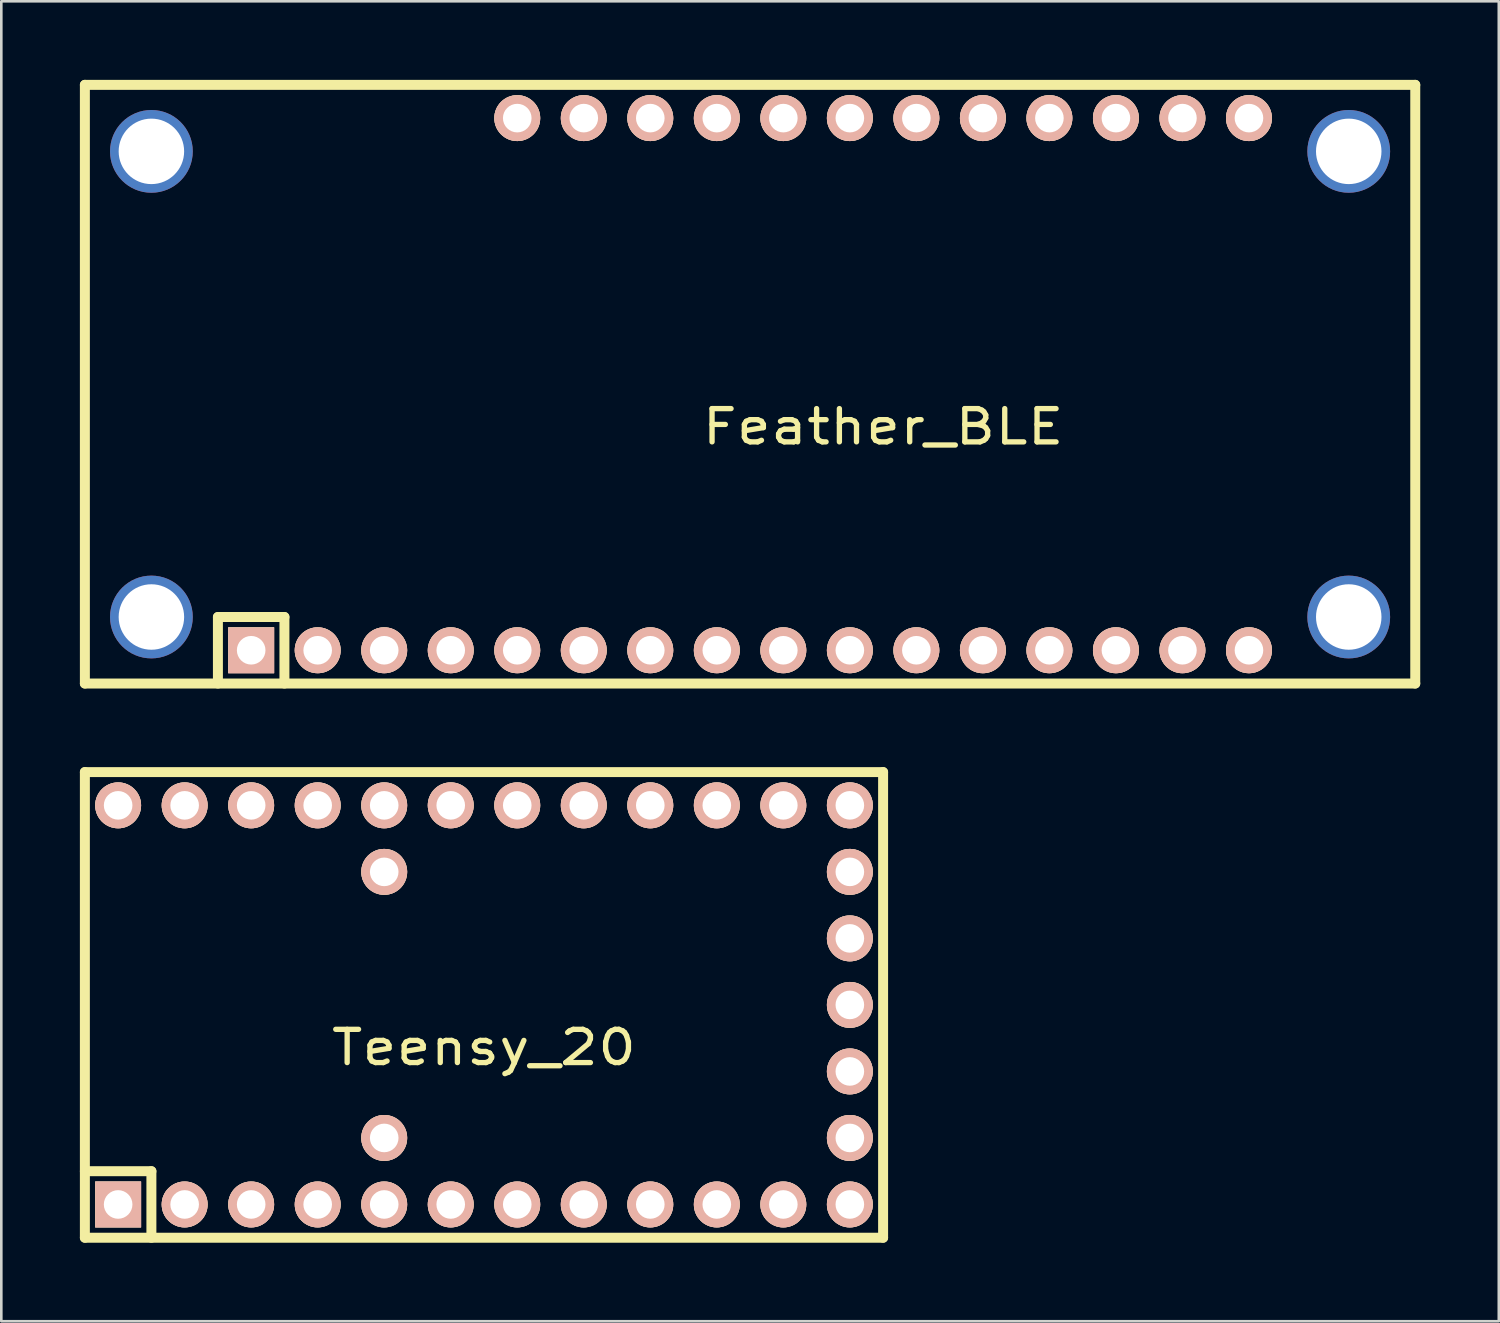
<source format=kicad_pcb>
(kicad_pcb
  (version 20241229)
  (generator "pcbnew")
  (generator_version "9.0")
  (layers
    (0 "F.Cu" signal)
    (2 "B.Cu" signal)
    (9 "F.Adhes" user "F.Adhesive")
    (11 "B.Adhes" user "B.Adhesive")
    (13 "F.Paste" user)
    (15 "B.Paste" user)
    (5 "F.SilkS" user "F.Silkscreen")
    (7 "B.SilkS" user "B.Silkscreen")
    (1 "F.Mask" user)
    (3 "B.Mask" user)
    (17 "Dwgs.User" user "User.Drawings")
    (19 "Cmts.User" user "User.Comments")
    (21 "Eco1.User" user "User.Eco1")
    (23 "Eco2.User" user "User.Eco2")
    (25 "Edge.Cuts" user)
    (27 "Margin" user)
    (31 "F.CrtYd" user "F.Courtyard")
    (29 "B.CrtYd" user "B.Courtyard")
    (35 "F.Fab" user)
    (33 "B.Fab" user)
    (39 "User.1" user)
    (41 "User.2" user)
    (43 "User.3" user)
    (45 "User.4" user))
  (footprint "Feather_BLE"
    (layer "F.Cu")
    (at 30.671 11.62)
    (property "Reference" "Feather_BLE" (at 0 1.625 0) (layer "F.SilkS") (effects (font (size 1.27 1.524) (thickness 0.203))))
    (attr through_hole)
    (fp_line (start -30.48 -11.43) (end -30.48 11.43) (stroke (width 0.381) (type solid)) (layer "F.SilkS"))
    (fp_line (start -30.48 11.43) (end 20.32 11.43) (stroke (width 0.381) (type solid)) (layer "F.SilkS"))
    (fp_line (start -25.4 8.89) (end -25.4 11.43) (stroke (width 0.381) (type solid)) (layer "F.SilkS"))
    (fp_line (start -25.4 8.89) (end -22.86 8.89) (stroke (width 0.381) (type solid)) (layer "F.SilkS"))
    (fp_line (start -22.86 8.89) (end -22.86 11.43) (stroke (width 0.381) (type solid)) (layer "F.SilkS"))
    (fp_line (start 20.32 -11.43) (end -30.48 -11.43) (stroke (width 0.381) (type solid)) (layer "F.SilkS"))
    (fp_line (start 20.32 11.43) (end 20.32 -11.43) (stroke (width 0.381) (type solid)) (layer "F.SilkS"))
    (pad "1" thru_hole circle (at -27.94 -8.89) (size 3.16 3.16) (drill 2.5) (layers "*.Cu" "*.Mask"))
    (pad "1" thru_hole circle (at -27.94 8.89) (size 3.16 3.16) (drill 2.5) (layers "*.Cu" "*.Mask"))
    (pad "1" thru_hole rect (at -24.13 10.16) (size 1.753 1.753) (drill 1.092) (layers "*.Cu" "*.SilkS" "*.Mask"))
    (pad "1" thru_hole circle (at 17.78 -8.89) (size 3.16 3.16) (drill 2.5) (layers "*.Cu" "*.Mask"))
    (pad "1" thru_hole circle (at 17.78 8.89) (size 3.16 3.16) (drill 2.5) (layers "*.Cu" "*.Mask"))
    (pad "2" thru_hole circle (at -21.59 10.16) (size 1.753 1.753) (drill 1.092) (layers "*.Cu" "*.SilkS" "*.Mask"))
    (pad "3" thru_hole circle (at -19.05 10.16) (size 1.753 1.753) (drill 1.092) (layers "*.Cu" "*.SilkS" "*.Mask"))
    (pad "4" thru_hole circle (at -16.51 10.16) (size 1.753 1.753) (drill 1.092) (layers "*.Cu" "*.SilkS" "*.Mask"))
    (pad "5" thru_hole circle (at -13.97 10.16) (size 1.753 1.753) (drill 1.092) (layers "*.Cu" "*.SilkS" "*.Mask"))
    (pad "6" thru_hole circle (at -11.43 10.16) (size 1.753 1.753) (drill 1.092) (layers "*.Cu" "*.SilkS" "*.Mask"))
    (pad "7" thru_hole circle (at -8.89 10.16) (size 1.753 1.753) (drill 1.092) (layers "*.Cu" "*.SilkS" "*.Mask"))
    (pad "8" thru_hole circle (at -6.35 10.16) (size 1.753 1.753) (drill 1.092) (layers "*.Cu" "*.SilkS" "*.Mask"))
    (pad "9" thru_hole circle (at -3.81 10.16) (size 1.753 1.753) (drill 1.092) (layers "*.Cu" "*.SilkS" "*.Mask"))
    (pad "10" thru_hole circle (at -1.27 10.16) (size 1.753 1.753) (drill 1.092) (layers "*.Cu" "*.SilkS" "*.Mask"))
    (pad "11" thru_hole circle (at 1.27 10.16) (size 1.753 1.753) (drill 1.092) (layers "*.Cu" "*.SilkS" "*.Mask"))
    (pad "12" thru_hole circle (at 3.81 10.16) (size 1.753 1.753) (drill 1.092) (layers "*.Cu" "*.SilkS" "*.Mask"))
    (pad "13" thru_hole circle (at 6.35 10.16) (size 1.753 1.753) (drill 1.092) (layers "*.Cu" "*.SilkS" "*.Mask"))
    (pad "14" thru_hole circle (at 8.89 10.16) (size 1.753 1.753) (drill 1.092) (layers "*.Cu" "*.SilkS" "*.Mask"))
    (pad "15" thru_hole circle (at 11.43 10.16) (size 1.753 1.753) (drill 1.092) (layers "*.Cu" "*.SilkS" "*.Mask"))
    (pad "16" thru_hole circle (at 13.97 10.16) (size 1.753 1.753) (drill 1.092) (layers "*.Cu" "*.SilkS" "*.Mask"))
    (pad "17" thru_hole circle (at 13.97 -10.16) (size 1.753 1.753) (drill 1.092) (layers "*.Cu" "*.SilkS" "*.Mask"))
    (pad "18" thru_hole circle (at 11.43 -10.16) (size 1.753 1.753) (drill 1.092) (layers "*.Cu" "*.SilkS" "*.Mask"))
    (pad "19" thru_hole circle (at 8.89 -10.16) (size 1.753 1.753) (drill 1.092) (layers "*.Cu" "*.SilkS" "*.Mask"))
    (pad "20" thru_hole circle (at 6.35 -10.16) (size 1.753 1.753) (drill 1.092) (layers "*.Cu" "*.SilkS" "*.Mask"))
    (pad "21" thru_hole circle (at 3.81 -10.16) (size 1.753 1.753) (drill 1.092) (layers "*.Cu" "*.SilkS" "*.Mask"))
    (pad "22" thru_hole circle (at 1.27 -10.16) (size 1.753 1.753) (drill 1.092) (layers "*.Cu" "*.SilkS" "*.Mask"))
    (pad "23" thru_hole circle (at -1.27 -10.16) (size 1.753 1.753) (drill 1.092) (layers "*.Cu" "*.SilkS" "*.Mask"))
    (pad "24" thru_hole circle (at -3.81 -10.16) (size 1.753 1.753) (drill 1.092) (layers "*.Cu" "*.SilkS" "*.Mask"))
    (pad "25" thru_hole circle (at -6.35 -10.16) (size 1.753 1.753) (drill 1.092) (layers "*.Cu" "*.SilkS" "*.Mask"))
    (pad "26" thru_hole circle (at -8.89 -10.16) (size 1.753 1.753) (drill 1.092) (layers "*.Cu" "*.SilkS" "*.Mask"))
    (pad "27" thru_hole circle (at -11.43 -10.16) (size 1.753 1.753) (drill 1.092) (layers "*.Cu" "*.SilkS" "*.Mask"))
    (pad "28" thru_hole circle (at -13.97 -10.16) (size 1.753 1.753) (drill 1.092) (layers "*.Cu" "*.SilkS" "*.Mask")))
  (footprint "Teensy_20"
    (layer "F.Cu")
    (at 15.431 35.322)
    (property "Reference" "Teensy_20" (at 0 1.625 0) (layer "F.SilkS") (effects (font (size 1.27 1.524) (thickness 0.203))))
    (attr through_hole)
    (fp_line (start -15.24 -8.89) (end -15.24 8.89) (stroke (width 0.381) (type solid)) (layer "F.SilkS"))
    (fp_line (start -15.24 6.35) (end -12.7 6.35) (stroke (width 0.381) (type solid)) (layer "F.SilkS"))
    (fp_line (start -15.24 8.89) (end 15.24 8.89) (stroke (width 0.381) (type solid)) (layer "F.SilkS"))
    (fp_line (start -12.7 6.35) (end -12.7 8.89) (stroke (width 0.381) (type solid)) (layer "F.SilkS"))
    (fp_line (start 15.24 -8.89) (end -15.24 -8.89) (stroke (width 0.381) (type solid)) (layer "F.SilkS"))
    (fp_line (start 15.24 8.89) (end 15.24 -8.89) (stroke (width 0.381) (type solid)) (layer "F.SilkS"))
    (pad "1" thru_hole rect (at -13.97 7.62) (size 1.753 1.753) (drill 1.092) (layers "*.Cu" "*.SilkS" "*.Mask"))
    (pad "2" thru_hole circle (at -11.43 7.62) (size 1.753 1.753) (drill 1.092) (layers "*.Cu" "*.SilkS" "*.Mask"))
    (pad "3" thru_hole circle (at -8.89 7.62) (size 1.753 1.753) (drill 1.092) (layers "*.Cu" "*.SilkS" "*.Mask"))
    (pad "4" thru_hole circle (at -6.35 7.62) (size 1.753 1.753) (drill 1.092) (layers "*.Cu" "*.SilkS" "*.Mask"))
    (pad "5" thru_hole circle (at -3.81 7.62) (size 1.753 1.753) (drill 1.092) (layers "*.Cu" "*.SilkS" "*.Mask"))
    (pad "6" thru_hole circle (at -1.27 7.62) (size 1.753 1.753) (drill 1.092) (layers "*.Cu" "*.SilkS" "*.Mask"))
    (pad "7" thru_hole circle (at 1.27 7.62) (size 1.753 1.753) (drill 1.092) (layers "*.Cu" "*.SilkS" "*.Mask"))
    (pad "8" thru_hole circle (at 3.81 7.62) (size 1.753 1.753) (drill 1.092) (layers "*.Cu" "*.SilkS" "*.Mask"))
    (pad "9" thru_hole circle (at 6.35 7.62) (size 1.753 1.753) (drill 1.092) (layers "*.Cu" "*.SilkS" "*.Mask"))
    (pad "10" thru_hole circle (at 8.89 7.62) (size 1.753 1.753) (drill 1.092) (layers "*.Cu" "*.SilkS" "*.Mask"))
    (pad "11" thru_hole circle (at 11.43 7.62) (size 1.753 1.753) (drill 1.092) (layers "*.Cu" "*.SilkS" "*.Mask"))
    (pad "12" thru_hole circle (at 13.97 7.62) (size 1.753 1.753) (drill 1.092) (layers "*.Cu" "*.SilkS" "*.Mask"))
    (pad "13" thru_hole circle (at 13.97 5.08 270) (size 1.753 1.753) (drill 1.092) (layers "*.Cu" "*.SilkS" "*.Mask"))
    (pad "14" thru_hole circle (at 13.97 2.54 270) (size 1.753 1.753) (drill 1.092) (layers "*.Cu" "*.SilkS" "*.Mask"))
    (pad "15" thru_hole circle (at 13.97 0 270) (size 1.753 1.753) (drill 1.092) (layers "*.Cu" "*.SilkS" "*.Mask"))
    (pad "16" thru_hole circle (at 13.97 -2.54 270) (size 1.753 1.753) (drill 1.092) (layers "*.Cu" "*.SilkS" "*.Mask"))
    (pad "17" thru_hole circle (at 13.97 -5.08 270) (size 1.753 1.753) (drill 1.092) (layers "*.Cu" "*.SilkS" "*.Mask"))
    (pad "18" thru_hole circle (at 13.97 -7.62) (size 1.753 1.753) (drill 1.092) (layers "*.Cu" "*.SilkS" "*.Mask"))
    (pad "19" thru_hole circle (at 11.43 -7.62) (size 1.753 1.753) (drill 1.092) (layers "*.Cu" "*.SilkS" "*.Mask"))
    (pad "20" thru_hole circle (at 8.89 -7.62) (size 1.753 1.753) (drill 1.092) (layers "*.Cu" "*.SilkS" "*.Mask"))
    (pad "21" thru_hole circle (at 6.35 -7.62) (size 1.753 1.753) (drill 1.092) (layers "*.Cu" "*.SilkS" "*.Mask"))
    (pad "22" thru_hole circle (at 3.81 -7.62) (size 1.753 1.753) (drill 1.092) (layers "*.Cu" "*.SilkS" "*.Mask"))
    (pad "23" thru_hole circle (at 1.27 -7.62) (size 1.753 1.753) (drill 1.092) (layers "*.Cu" "*.SilkS" "*.Mask"))
    (pad "24" thru_hole circle (at -1.27 -7.62) (size 1.753 1.753) (drill 1.092) (layers "*.Cu" "*.SilkS" "*.Mask"))
    (pad "25" thru_hole circle (at -3.81 -7.62) (size 1.753 1.753) (drill 1.092) (layers "*.Cu" "*.SilkS" "*.Mask"))
    (pad "26" thru_hole circle (at -6.35 -7.62) (size 1.753 1.753) (drill 1.092) (layers "*.Cu" "*.SilkS" "*.Mask"))
    (pad "27" thru_hole circle (at -8.89 -7.62) (size 1.753 1.753) (drill 1.092) (layers "*.Cu" "*.SilkS" "*.Mask"))
    (pad "28" thru_hole circle (at -11.43 -7.62) (size 1.753 1.753) (drill 1.092) (layers "*.Cu" "*.SilkS" "*.Mask"))
    (pad "29" thru_hole circle (at -13.97 -7.62) (size 1.753 1.753) (drill 1.092) (layers "*.Cu" "*.SilkS" "*.Mask"))
    (pad "30" thru_hole circle (at -3.81 -5.08 270) (size 1.753 1.753) (drill 1.092) (layers "*.Cu" "*.SilkS" "*.Mask"))
    (pad "31" thru_hole circle (at -3.81 5.08 270) (size 1.753 1.753) (drill 1.092) (layers "*.Cu" "*.SilkS" "*.Mask")))
  (gr_rect
    (start -3 -3)
    (end 54.181 47.402)
    (stroke (width 0.1) (type default))
    (fill no)
    (layer "Edge.Cuts")))
</source>
